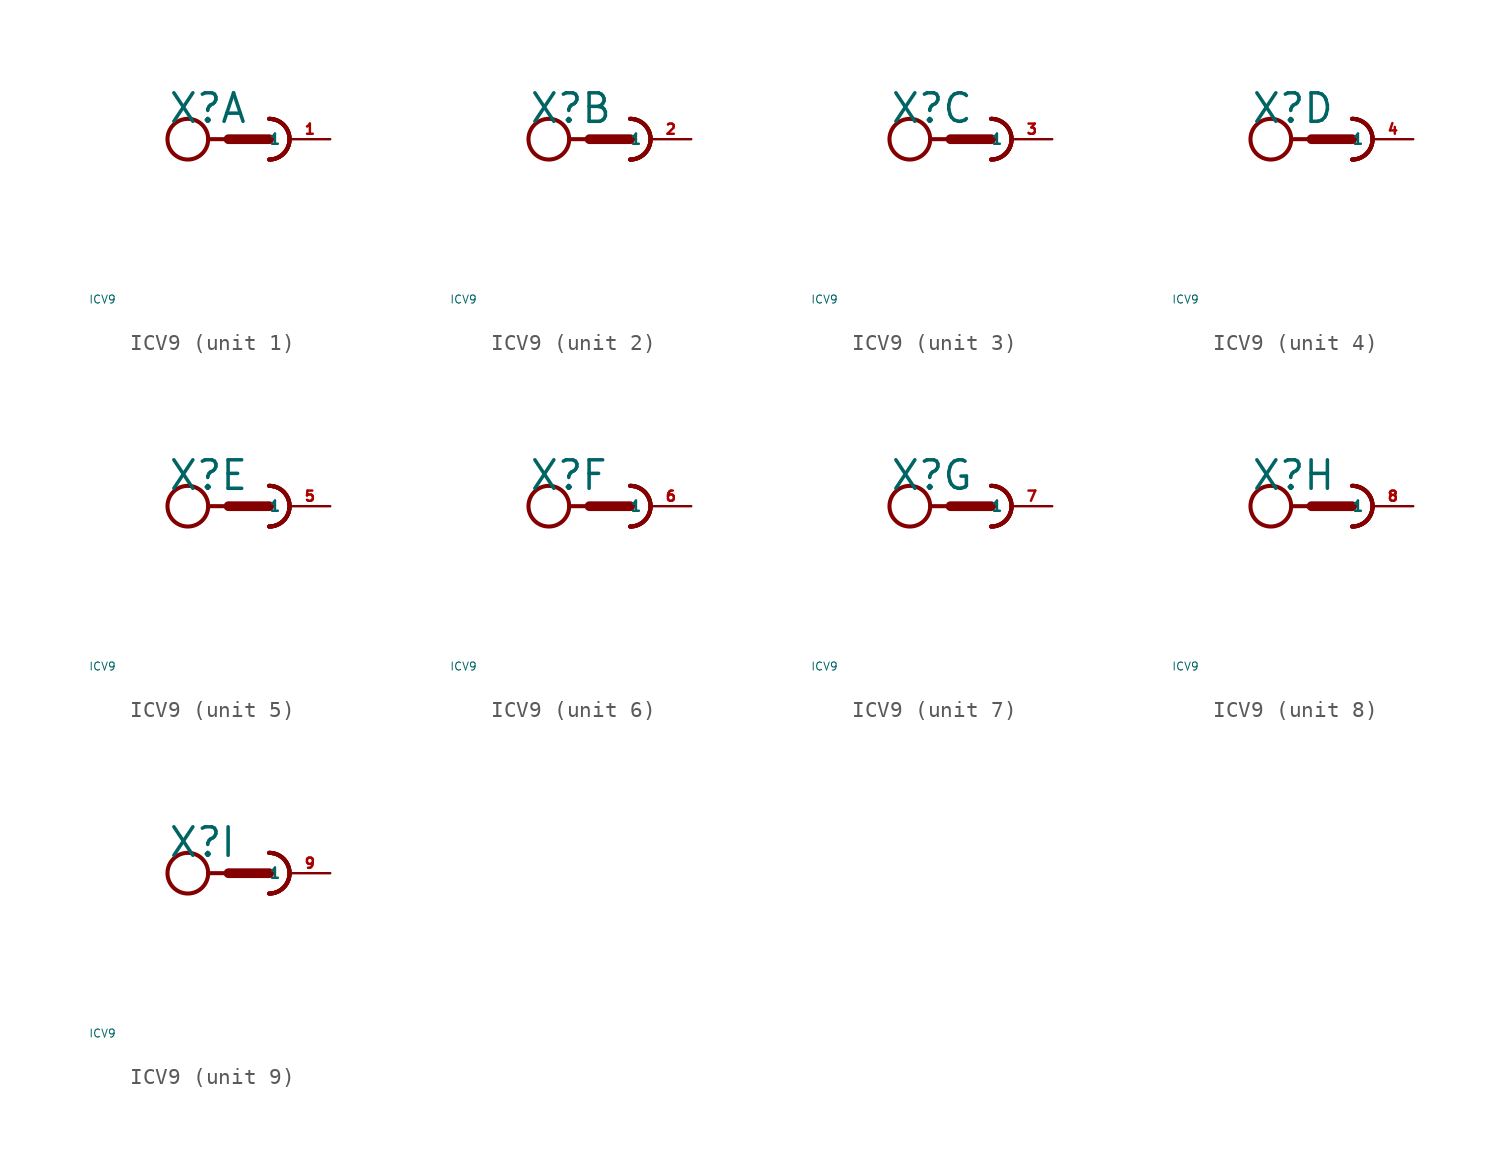
<source format=kicad_sym>
(kicad_symbol_lib
  (version 20220914)
  (generator Eagle2Kicad)
  (symbol "ICV9"
    (property "Reference" "X"
      (at -5.08 0.889 0)
      (effects (font (size 1.778 1.778) (thickness 0.22)) (justify left bottom)))
    (property "Value" "ICV9"
      (at -10 -10 0)
      (effects (font (size 0.5 0.5) (thickness 0.06)) (justify left)))
    (symbol "ICV9_1_0"
      (arc (start 1.27 -1.27) (mid 2.540 0.000) (end 1.27 1.27) (stroke (width 0.254) (type default)) (fill (type none)))
      (arc (start 1.27 -1.27) (mid 2.540 0.000) (end 1.27 1.27) (stroke (width 0.254) (type default)) (fill (type none)))
      (arc (start 1.27 -1.27) (mid 2.540 0.000) (end 1.27 1.27) (stroke (width 0.254) (type default)) (fill (type none)))
      (polyline (pts (xy -2.54 0) (xy -1.27 0)) (stroke (width 0.254) (type default)) (fill (type none)))
      (polyline (pts (xy -1.27 0) (xy 1.27 0)) (stroke (width 0.61) (type default)) (fill (type none)))
      (arc (start 1.27 -1.27) (mid 2.540 0.000) (end 1.27 1.27) (stroke (width 0.254) (type default)) (fill (type none)))
      (circle (center -3.81 0) (radius 1.27) (stroke (width 0.254) (type default)) (fill (type none)))
      (pin passive line (at 5.08 0 180) (length 2.54) (name "1" (effects (font (size 0.635 0.635) (thickness 0.08)) (justify left bottom))) (number "1" (effects (font (size 0.635 0.635) (thickness 0.08)) (justify left bottom)))))
    (symbol "ICV9_2_0"
      (arc (start 1.27 -1.27) (mid 2.540 0.000) (end 1.27 1.27) (stroke (width 0.254) (type default)) (fill (type none)))
      (arc (start 1.27 -1.27) (mid 2.540 0.000) (end 1.27 1.27) (stroke (width 0.254) (type default)) (fill (type none)))
      (arc (start 1.27 -1.27) (mid 2.540 0.000) (end 1.27 1.27) (stroke (width 0.254) (type default)) (fill (type none)))
      (polyline (pts (xy -2.54 0) (xy -1.27 0)) (stroke (width 0.254) (type default)) (fill (type none)))
      (polyline (pts (xy -1.27 0) (xy 1.27 0)) (stroke (width 0.61) (type default)) (fill (type none)))
      (arc (start 1.27 -1.27) (mid 2.540 0.000) (end 1.27 1.27) (stroke (width 0.254) (type default)) (fill (type none)))
      (circle (center -3.81 0) (radius 1.27) (stroke (width 0.254) (type default)) (fill (type none)))
      (pin passive line (at 5.08 0 180) (length 2.54) (name "1" (effects (font (size 0.635 0.635) (thickness 0.08)) (justify left bottom))) (number "2" (effects (font (size 0.635 0.635) (thickness 0.08)) (justify left bottom)))))
    (symbol "ICV9_3_0"
      (arc (start 1.27 -1.27) (mid 2.540 0.000) (end 1.27 1.27) (stroke (width 0.254) (type default)) (fill (type none)))
      (arc (start 1.27 -1.27) (mid 2.540 0.000) (end 1.27 1.27) (stroke (width 0.254) (type default)) (fill (type none)))
      (arc (start 1.27 -1.27) (mid 2.540 0.000) (end 1.27 1.27) (stroke (width 0.254) (type default)) (fill (type none)))
      (polyline (pts (xy -2.54 0) (xy -1.27 0)) (stroke (width 0.254) (type default)) (fill (type none)))
      (polyline (pts (xy -1.27 0) (xy 1.27 0)) (stroke (width 0.61) (type default)) (fill (type none)))
      (arc (start 1.27 -1.27) (mid 2.540 0.000) (end 1.27 1.27) (stroke (width 0.254) (type default)) (fill (type none)))
      (circle (center -3.81 0) (radius 1.27) (stroke (width 0.254) (type default)) (fill (type none)))
      (pin passive line (at 5.08 0 180) (length 2.54) (name "1" (effects (font (size 0.635 0.635) (thickness 0.08)) (justify left bottom))) (number "3" (effects (font (size 0.635 0.635) (thickness 0.08)) (justify left bottom)))))
    (symbol "ICV9_4_0"
      (arc (start 1.27 -1.27) (mid 2.540 0.000) (end 1.27 1.27) (stroke (width 0.254) (type default)) (fill (type none)))
      (arc (start 1.27 -1.27) (mid 2.540 0.000) (end 1.27 1.27) (stroke (width 0.254) (type default)) (fill (type none)))
      (arc (start 1.27 -1.27) (mid 2.540 0.000) (end 1.27 1.27) (stroke (width 0.254) (type default)) (fill (type none)))
      (polyline (pts (xy -2.54 0) (xy -1.27 0)) (stroke (width 0.254) (type default)) (fill (type none)))
      (polyline (pts (xy -1.27 0) (xy 1.27 0)) (stroke (width 0.61) (type default)) (fill (type none)))
      (arc (start 1.27 -1.27) (mid 2.540 0.000) (end 1.27 1.27) (stroke (width 0.254) (type default)) (fill (type none)))
      (circle (center -3.81 0) (radius 1.27) (stroke (width 0.254) (type default)) (fill (type none)))
      (pin passive line (at 5.08 0 180) (length 2.54) (name "1" (effects (font (size 0.635 0.635) (thickness 0.08)) (justify left bottom))) (number "4" (effects (font (size 0.635 0.635) (thickness 0.08)) (justify left bottom)))))
    (symbol "ICV9_5_0"
      (arc (start 1.27 -1.27) (mid 2.540 0.000) (end 1.27 1.27) (stroke (width 0.254) (type default)) (fill (type none)))
      (arc (start 1.27 -1.27) (mid 2.540 0.000) (end 1.27 1.27) (stroke (width 0.254) (type default)) (fill (type none)))
      (arc (start 1.27 -1.27) (mid 2.540 0.000) (end 1.27 1.27) (stroke (width 0.254) (type default)) (fill (type none)))
      (polyline (pts (xy -2.54 0) (xy -1.27 0)) (stroke (width 0.254) (type default)) (fill (type none)))
      (polyline (pts (xy -1.27 0) (xy 1.27 0)) (stroke (width 0.61) (type default)) (fill (type none)))
      (arc (start 1.27 -1.27) (mid 2.540 0.000) (end 1.27 1.27) (stroke (width 0.254) (type default)) (fill (type none)))
      (circle (center -3.81 0) (radius 1.27) (stroke (width 0.254) (type default)) (fill (type none)))
      (pin passive line (at 5.08 0 180) (length 2.54) (name "1" (effects (font (size 0.635 0.635) (thickness 0.08)) (justify left bottom))) (number "5" (effects (font (size 0.635 0.635) (thickness 0.08)) (justify left bottom)))))
    (symbol "ICV9_6_0"
      (arc (start 1.27 -1.27) (mid 2.540 0.000) (end 1.27 1.27) (stroke (width 0.254) (type default)) (fill (type none)))
      (arc (start 1.27 -1.27) (mid 2.540 0.000) (end 1.27 1.27) (stroke (width 0.254) (type default)) (fill (type none)))
      (arc (start 1.27 -1.27) (mid 2.540 0.000) (end 1.27 1.27) (stroke (width 0.254) (type default)) (fill (type none)))
      (polyline (pts (xy -2.54 0) (xy -1.27 0)) (stroke (width 0.254) (type default)) (fill (type none)))
      (polyline (pts (xy -1.27 0) (xy 1.27 0)) (stroke (width 0.61) (type default)) (fill (type none)))
      (arc (start 1.27 -1.27) (mid 2.540 0.000) (end 1.27 1.27) (stroke (width 0.254) (type default)) (fill (type none)))
      (circle (center -3.81 0) (radius 1.27) (stroke (width 0.254) (type default)) (fill (type none)))
      (pin passive line (at 5.08 0 180) (length 2.54) (name "1" (effects (font (size 0.635 0.635) (thickness 0.08)) (justify left bottom))) (number "6" (effects (font (size 0.635 0.635) (thickness 0.08)) (justify left bottom)))))
    (symbol "ICV9_7_0"
      (arc (start 1.27 -1.27) (mid 2.540 0.000) (end 1.27 1.27) (stroke (width 0.254) (type default)) (fill (type none)))
      (arc (start 1.27 -1.27) (mid 2.540 0.000) (end 1.27 1.27) (stroke (width 0.254) (type default)) (fill (type none)))
      (arc (start 1.27 -1.27) (mid 2.540 0.000) (end 1.27 1.27) (stroke (width 0.254) (type default)) (fill (type none)))
      (polyline (pts (xy -2.54 0) (xy -1.27 0)) (stroke (width 0.254) (type default)) (fill (type none)))
      (polyline (pts (xy -1.27 0) (xy 1.27 0)) (stroke (width 0.61) (type default)) (fill (type none)))
      (arc (start 1.27 -1.27) (mid 2.540 0.000) (end 1.27 1.27) (stroke (width 0.254) (type default)) (fill (type none)))
      (circle (center -3.81 0) (radius 1.27) (stroke (width 0.254) (type default)) (fill (type none)))
      (pin passive line (at 5.08 0 180) (length 2.54) (name "1" (effects (font (size 0.635 0.635) (thickness 0.08)) (justify left bottom))) (number "7" (effects (font (size 0.635 0.635) (thickness 0.08)) (justify left bottom)))))
    (symbol "ICV9_8_0"
      (arc (start 1.27 -1.27) (mid 2.540 0.000) (end 1.27 1.27) (stroke (width 0.254) (type default)) (fill (type none)))
      (arc (start 1.27 -1.27) (mid 2.540 0.000) (end 1.27 1.27) (stroke (width 0.254) (type default)) (fill (type none)))
      (arc (start 1.27 -1.27) (mid 2.540 0.000) (end 1.27 1.27) (stroke (width 0.254) (type default)) (fill (type none)))
      (polyline (pts (xy -2.54 0) (xy -1.27 0)) (stroke (width 0.254) (type default)) (fill (type none)))
      (polyline (pts (xy -1.27 0) (xy 1.27 0)) (stroke (width 0.61) (type default)) (fill (type none)))
      (arc (start 1.27 -1.27) (mid 2.540 0.000) (end 1.27 1.27) (stroke (width 0.254) (type default)) (fill (type none)))
      (circle (center -3.81 0) (radius 1.27) (stroke (width 0.254) (type default)) (fill (type none)))
      (pin passive line (at 5.08 0 180) (length 2.54) (name "1" (effects (font (size 0.635 0.635) (thickness 0.08)) (justify left bottom))) (number "8" (effects (font (size 0.635 0.635) (thickness 0.08)) (justify left bottom)))))
    (symbol "ICV9_9_0"
      (arc (start 1.27 -1.27) (mid 2.540 0.000) (end 1.27 1.27) (stroke (width 0.254) (type default)) (fill (type none)))
      (arc (start 1.27 -1.27) (mid 2.540 0.000) (end 1.27 1.27) (stroke (width 0.254) (type default)) (fill (type none)))
      (arc (start 1.27 -1.27) (mid 2.540 0.000) (end 1.27 1.27) (stroke (width 0.254) (type default)) (fill (type none)))
      (polyline (pts (xy -2.54 0) (xy -1.27 0)) (stroke (width 0.254) (type default)) (fill (type none)))
      (polyline (pts (xy -1.27 0) (xy 1.27 0)) (stroke (width 0.61) (type default)) (fill (type none)))
      (arc (start 1.27 -1.27) (mid 2.540 0.000) (end 1.27 1.27) (stroke (width 0.254) (type default)) (fill (type none)))
      (circle (center -3.81 0) (radius 1.27) (stroke (width 0.254) (type default)) (fill (type none)))
      (pin passive line (at 5.08 0 180) (length 2.54) (name "1" (effects (font (size 0.635 0.635) (thickness 0.08)) (justify left bottom))) (number "9" (effects (font (size 0.635 0.635) (thickness 0.08)) (justify left bottom)))))))
</source>
